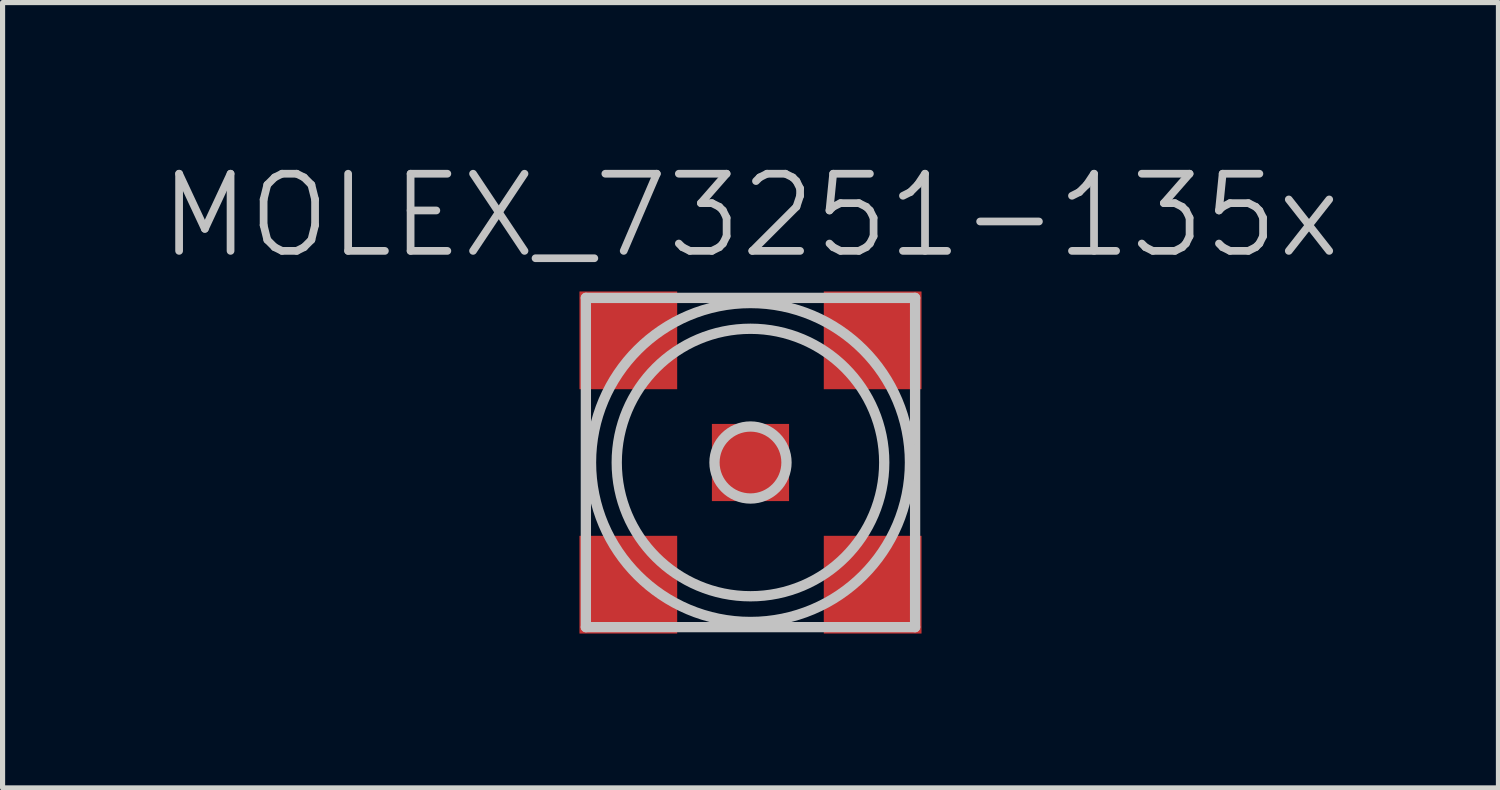
<source format=kicad_pcb>
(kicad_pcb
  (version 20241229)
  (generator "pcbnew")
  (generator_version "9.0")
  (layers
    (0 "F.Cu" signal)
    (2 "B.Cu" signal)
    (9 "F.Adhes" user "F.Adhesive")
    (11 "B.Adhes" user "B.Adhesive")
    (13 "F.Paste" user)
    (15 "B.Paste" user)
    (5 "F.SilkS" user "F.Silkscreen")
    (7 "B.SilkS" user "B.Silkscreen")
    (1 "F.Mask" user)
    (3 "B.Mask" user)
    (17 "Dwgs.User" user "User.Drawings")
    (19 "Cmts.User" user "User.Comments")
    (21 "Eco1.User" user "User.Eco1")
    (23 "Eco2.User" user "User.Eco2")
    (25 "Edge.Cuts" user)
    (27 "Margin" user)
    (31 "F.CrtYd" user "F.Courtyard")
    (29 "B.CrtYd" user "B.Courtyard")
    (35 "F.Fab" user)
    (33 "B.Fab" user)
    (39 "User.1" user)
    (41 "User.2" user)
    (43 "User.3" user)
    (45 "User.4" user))
  (footprint "MOLEX_73251-135x"
    (layer "F.Cu")
    (at 11.539 5.941)
    (property "Reference" "MOLEX_73251-135x" (at 0 -4.8 0) (layer "Dwgs.User") (effects (font (size 1.5 1.5) (thickness 0.15))))
    (attr smd)
    (fp_line (start -3.2 -3.2) (end -3.2 3.2) (stroke (width 0.2) (type solid)) (layer "Dwgs.User"))
    (fp_line (start -3.2 -3.2) (end 3.2 -3.2) (stroke (width 0.2) (type solid)) (layer "Dwgs.User"))
    (fp_line (start 3.2 -3.2) (end 3.2 3.2) (stroke (width 0.2) (type solid)) (layer "Dwgs.User"))
    (fp_line (start 3.2 3.2) (end -3.2 3.2) (stroke (width 0.2) (type solid)) (layer "Dwgs.User"))
    (fp_circle (center 0 0) (end -3.1 0) (stroke (width 0.2) (type solid)) (fill no) (layer "Dwgs.User"))
    (fp_circle (center 0 0) (end -2.6 0) (stroke (width 0.2) (type solid)) (fill no) (layer "Dwgs.User"))
    (fp_circle (center 0 0) (end -0.7 0) (stroke (width 0.2) (type solid)) (fill no) (layer "Dwgs.User"))
    (pad "1" smd rect (at 0 0) (size 1.5 1.5) (layers "F.Cu" "F.Mask" "F.Paste"))
    (pad "2" smd rect (at -2.375 -2.375) (size 1.9 1.9) (layers "F.Cu" "F.Mask" "F.Paste"))
    (pad "2" smd rect (at -2.375 2.375) (size 1.9 1.9) (layers "F.Cu" "F.Mask" "F.Paste"))
    (pad "2" smd rect (at 2.375 -2.375) (size 1.9 1.9) (layers "F.Cu" "F.Mask" "F.Paste"))
    (pad "2" smd rect (at 2.375 2.375) (size 1.9 1.9) (layers "F.Cu" "F.Mask" "F.Paste")))
  (gr_rect
    (start -3 -3)
    (end 26.079 12.266)
    (stroke (width 0.1) (type default))
    (fill no)
    (layer "Edge.Cuts")))
</source>
